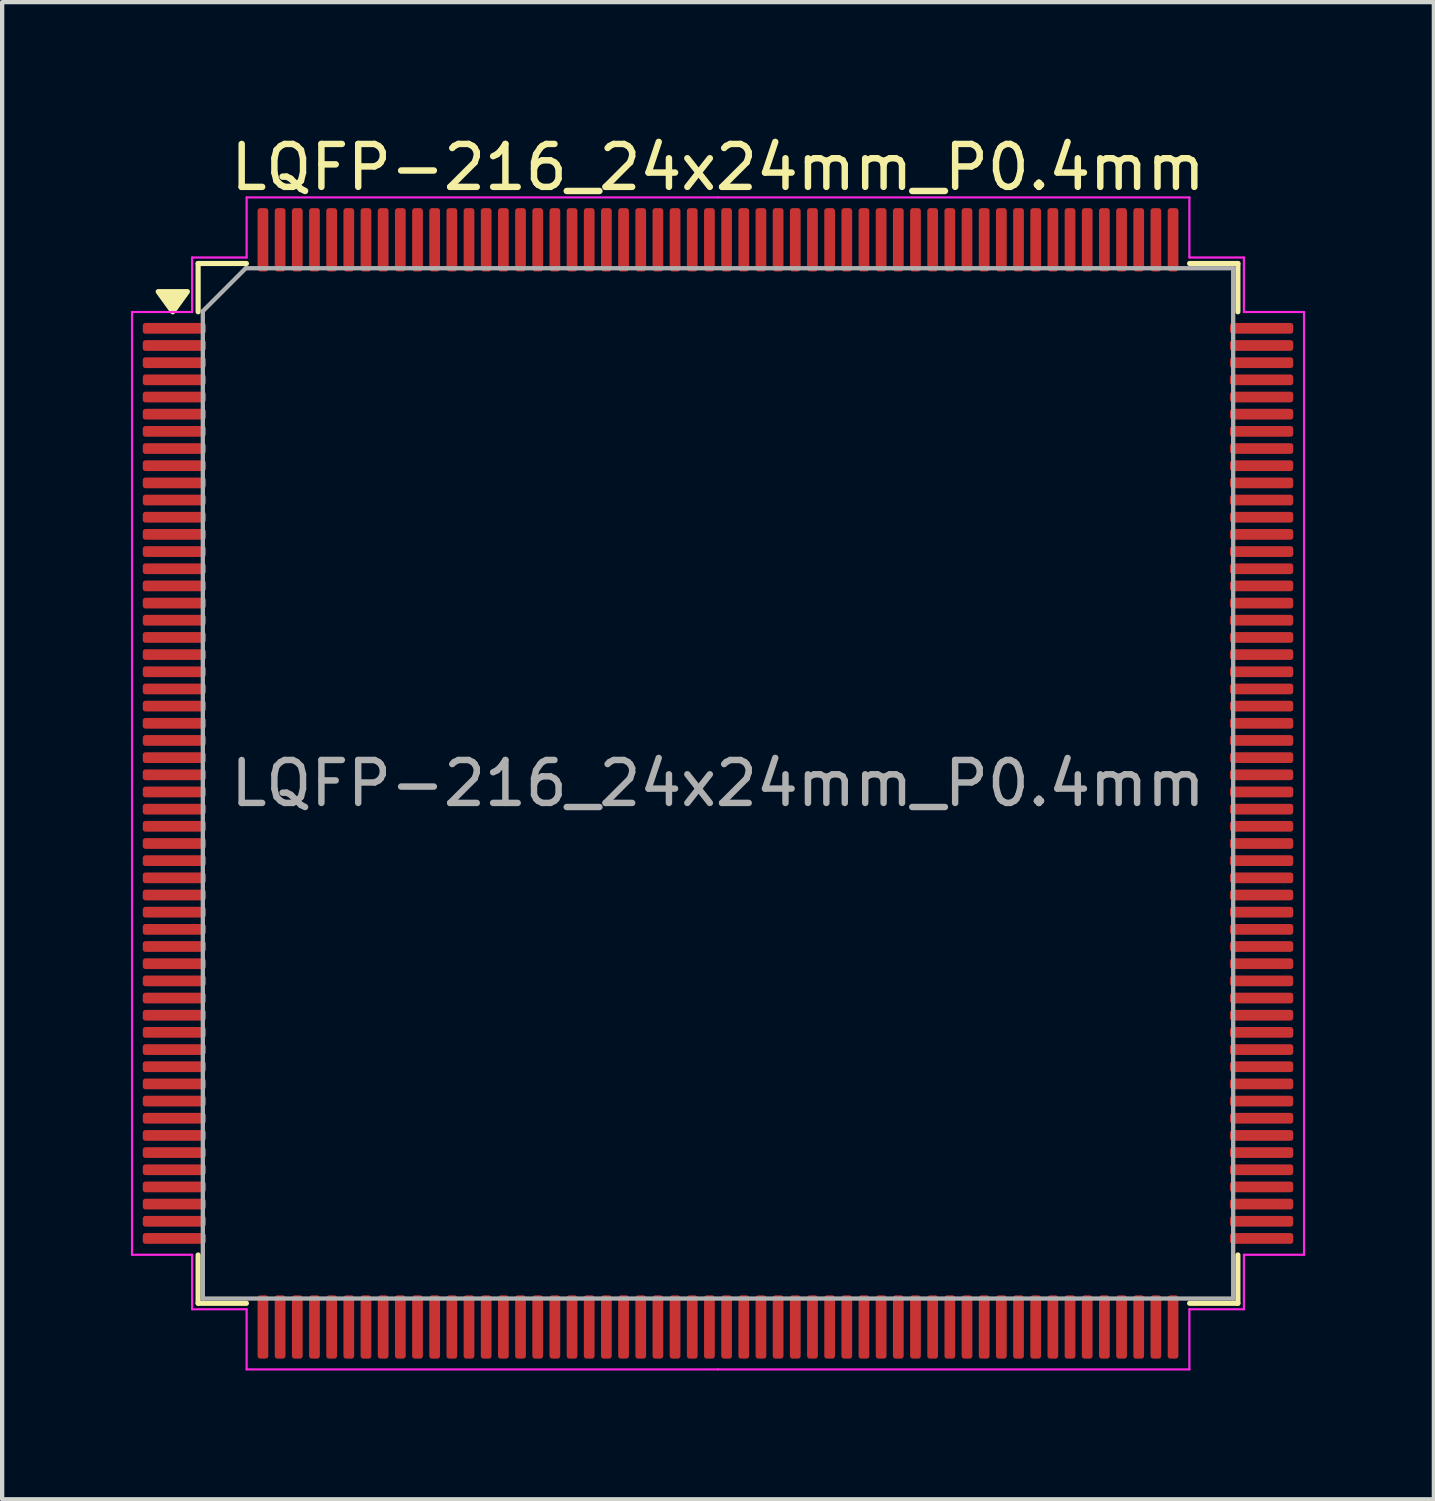
<source format=kicad_pcb>
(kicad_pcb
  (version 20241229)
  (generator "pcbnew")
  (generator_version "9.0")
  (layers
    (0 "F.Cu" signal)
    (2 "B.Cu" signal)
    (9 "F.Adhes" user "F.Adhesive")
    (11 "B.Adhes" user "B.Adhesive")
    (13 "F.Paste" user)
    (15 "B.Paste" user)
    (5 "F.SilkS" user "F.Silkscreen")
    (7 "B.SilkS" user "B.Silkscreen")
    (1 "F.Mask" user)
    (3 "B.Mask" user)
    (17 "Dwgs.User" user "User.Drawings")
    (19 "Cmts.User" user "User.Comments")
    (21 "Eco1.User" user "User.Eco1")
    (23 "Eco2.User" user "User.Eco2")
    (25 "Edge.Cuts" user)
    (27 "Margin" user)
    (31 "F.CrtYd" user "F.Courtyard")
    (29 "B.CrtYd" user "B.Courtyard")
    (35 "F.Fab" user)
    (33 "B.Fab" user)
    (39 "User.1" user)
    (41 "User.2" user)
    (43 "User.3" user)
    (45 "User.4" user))
  (footprint "LQFP-216_24x24mm_P0.4mm"
    (layer "F.Cu")
    (at 13.675 15.198)
    (property "Reference" "LQFP-216_24x24mm_P0.4mm" (at 0 -14.35 0) (layer "F.SilkS") (effects (font (size 1 1) (thickness 0.15))))
    (attr smd)
    (fp_line (start -12.11 -12.11) (end -12.11 -10.985) (stroke (width 0.12) (type solid)) (layer "F.SilkS"))
    (fp_line (start -12.11 12.11) (end -12.11 10.985) (stroke (width 0.12) (type solid)) (layer "F.SilkS"))
    (fp_line (start -10.985 -12.11) (end -12.11 -12.11) (stroke (width 0.12) (type solid)) (layer "F.SilkS"))
    (fp_line (start -10.985 12.11) (end -12.11 12.11) (stroke (width 0.12) (type solid)) (layer "F.SilkS"))
    (fp_line (start 10.985 -12.11) (end 12.11 -12.11) (stroke (width 0.12) (type solid)) (layer "F.SilkS"))
    (fp_line (start 10.985 12.11) (end 12.11 12.11) (stroke (width 0.12) (type solid)) (layer "F.SilkS"))
    (fp_line (start 12.11 -12.11) (end 12.11 -10.985) (stroke (width 0.12) (type solid)) (layer "F.SilkS"))
    (fp_line (start 12.11 12.11) (end 12.11 10.985) (stroke (width 0.12) (type solid)) (layer "F.SilkS"))
    (fp_poly (pts (xy -12.7 -10.985) (xy -13.04 -11.455) (xy -12.36 -11.455) (xy -12.7 -10.985)) (stroke (width 0.12) (type solid)) (fill yes) (layer "F.SilkS"))
    (fp_line (start -13.65 -10.98) (end -13.65 0) (stroke (width 0.05) (type solid)) (layer "F.CrtYd"))
    (fp_line (start -13.65 10.98) (end -13.65 0) (stroke (width 0.05) (type solid)) (layer "F.CrtYd"))
    (fp_line (start -12.25 -12.25) (end -12.25 -10.98) (stroke (width 0.05) (type solid)) (layer "F.CrtYd"))
    (fp_line (start -12.25 -10.98) (end -13.65 -10.98) (stroke (width 0.05) (type solid)) (layer "F.CrtYd"))
    (fp_line (start -12.25 10.98) (end -13.65 10.98) (stroke (width 0.05) (type solid)) (layer "F.CrtYd"))
    (fp_line (start -12.25 12.25) (end -12.25 10.98) (stroke (width 0.05) (type solid)) (layer "F.CrtYd"))
    (fp_line (start -10.98 -13.65) (end -10.98 -12.25) (stroke (width 0.05) (type solid)) (layer "F.CrtYd"))
    (fp_line (start -10.98 -12.25) (end -12.25 -12.25) (stroke (width 0.05) (type solid)) (layer "F.CrtYd"))
    (fp_line (start -10.98 12.25) (end -12.25 12.25) (stroke (width 0.05) (type solid)) (layer "F.CrtYd"))
    (fp_line (start -10.98 13.65) (end -10.98 12.25) (stroke (width 0.05) (type solid)) (layer "F.CrtYd"))
    (fp_line (start 0 -13.65) (end -10.98 -13.65) (stroke (width 0.05) (type solid)) (layer "F.CrtYd"))
    (fp_line (start 0 -13.65) (end 10.98 -13.65) (stroke (width 0.05) (type solid)) (layer "F.CrtYd"))
    (fp_line (start 0 13.65) (end -10.98 13.65) (stroke (width 0.05) (type solid)) (layer "F.CrtYd"))
    (fp_line (start 0 13.65) (end 10.98 13.65) (stroke (width 0.05) (type solid)) (layer "F.CrtYd"))
    (fp_line (start 10.98 -13.65) (end 10.98 -12.25) (stroke (width 0.05) (type solid)) (layer "F.CrtYd"))
    (fp_line (start 10.98 -12.25) (end 12.25 -12.25) (stroke (width 0.05) (type solid)) (layer "F.CrtYd"))
    (fp_line (start 10.98 12.25) (end 12.25 12.25) (stroke (width 0.05) (type solid)) (layer "F.CrtYd"))
    (fp_line (start 10.98 13.65) (end 10.98 12.25) (stroke (width 0.05) (type solid)) (layer "F.CrtYd"))
    (fp_line (start 12.25 -12.25) (end 12.25 -10.98) (stroke (width 0.05) (type solid)) (layer "F.CrtYd"))
    (fp_line (start 12.25 -10.98) (end 13.65 -10.98) (stroke (width 0.05) (type solid)) (layer "F.CrtYd"))
    (fp_line (start 12.25 10.98) (end 13.65 10.98) (stroke (width 0.05) (type solid)) (layer "F.CrtYd"))
    (fp_line (start 12.25 12.25) (end 12.25 10.98) (stroke (width 0.05) (type solid)) (layer "F.CrtYd"))
    (fp_line (start 13.65 -10.98) (end 13.65 0) (stroke (width 0.05) (type solid)) (layer "F.CrtYd"))
    (fp_line (start 13.65 10.98) (end 13.65 0) (stroke (width 0.05) (type solid)) (layer "F.CrtYd"))
    (fp_line (start -12 -11) (end -11 -12) (stroke (width 0.1) (type solid)) (layer "F.Fab"))
    (fp_line (start -12 12) (end -12 -11) (stroke (width 0.1) (type solid)) (layer "F.Fab"))
    (fp_line (start -11 -12) (end 12 -12) (stroke (width 0.1) (type solid)) (layer "F.Fab"))
    (fp_line (start 12 -12) (end 12 12) (stroke (width 0.1) (type solid)) (layer "F.Fab"))
    (fp_line (start 12 12) (end -12 12) (stroke (width 0.1) (type solid)) (layer "F.Fab"))
    (fp_text user "${REFERENCE}" (at 0 0 0) (layer "F.Fab") (effects (font (size 1 1) (thickness 0.15))))
    (pad "1" smd roundrect (at -12.662 -10.6) (size 1.475 0.25) (layers "F.Cu" "F.Mask" "F.Paste") (roundrect_rratio 0.25))
    (pad "2" smd roundrect (at -12.662 -10.2) (size 1.475 0.25) (layers "F.Cu" "F.Mask" "F.Paste") (roundrect_rratio 0.25))
    (pad "3" smd roundrect (at -12.662 -9.8) (size 1.475 0.25) (layers "F.Cu" "F.Mask" "F.Paste") (roundrect_rratio 0.25))
    (pad "4" smd roundrect (at -12.662 -9.4) (size 1.475 0.25) (layers "F.Cu" "F.Mask" "F.Paste") (roundrect_rratio 0.25))
    (pad "5" smd roundrect (at -12.662 -9) (size 1.475 0.25) (layers "F.Cu" "F.Mask" "F.Paste") (roundrect_rratio 0.25))
    (pad "6" smd roundrect (at -12.662 -8.6) (size 1.475 0.25) (layers "F.Cu" "F.Mask" "F.Paste") (roundrect_rratio 0.25))
    (pad "7" smd roundrect (at -12.662 -8.2) (size 1.475 0.25) (layers "F.Cu" "F.Mask" "F.Paste") (roundrect_rratio 0.25))
    (pad "8" smd roundrect (at -12.662 -7.8) (size 1.475 0.25) (layers "F.Cu" "F.Mask" "F.Paste") (roundrect_rratio 0.25))
    (pad "9" smd roundrect (at -12.662 -7.4) (size 1.475 0.25) (layers "F.Cu" "F.Mask" "F.Paste") (roundrect_rratio 0.25))
    (pad "10" smd roundrect (at -12.662 -7) (size 1.475 0.25) (layers "F.Cu" "F.Mask" "F.Paste") (roundrect_rratio 0.25))
    (pad "11" smd roundrect (at -12.662 -6.6) (size 1.475 0.25) (layers "F.Cu" "F.Mask" "F.Paste") (roundrect_rratio 0.25))
    (pad "12" smd roundrect (at -12.662 -6.2) (size 1.475 0.25) (layers "F.Cu" "F.Mask" "F.Paste") (roundrect_rratio 0.25))
    (pad "13" smd roundrect (at -12.662 -5.8) (size 1.475 0.25) (layers "F.Cu" "F.Mask" "F.Paste") (roundrect_rratio 0.25))
    (pad "14" smd roundrect (at -12.662 -5.4) (size 1.475 0.25) (layers "F.Cu" "F.Mask" "F.Paste") (roundrect_rratio 0.25))
    (pad "15" smd roundrect (at -12.662 -5) (size 1.475 0.25) (layers "F.Cu" "F.Mask" "F.Paste") (roundrect_rratio 0.25))
    (pad "16" smd roundrect (at -12.662 -4.6) (size 1.475 0.25) (layers "F.Cu" "F.Mask" "F.Paste") (roundrect_rratio 0.25))
    (pad "17" smd roundrect (at -12.662 -4.2) (size 1.475 0.25) (layers "F.Cu" "F.Mask" "F.Paste") (roundrect_rratio 0.25))
    (pad "18" smd roundrect (at -12.662 -3.8) (size 1.475 0.25) (layers "F.Cu" "F.Mask" "F.Paste") (roundrect_rratio 0.25))
    (pad "19" smd roundrect (at -12.662 -3.4) (size 1.475 0.25) (layers "F.Cu" "F.Mask" "F.Paste") (roundrect_rratio 0.25))
    (pad "20" smd roundrect (at -12.662 -3) (size 1.475 0.25) (layers "F.Cu" "F.Mask" "F.Paste") (roundrect_rratio 0.25))
    (pad "21" smd roundrect (at -12.662 -2.6) (size 1.475 0.25) (layers "F.Cu" "F.Mask" "F.Paste") (roundrect_rratio 0.25))
    (pad "22" smd roundrect (at -12.662 -2.2) (size 1.475 0.25) (layers "F.Cu" "F.Mask" "F.Paste") (roundrect_rratio 0.25))
    (pad "23" smd roundrect (at -12.662 -1.8) (size 1.475 0.25) (layers "F.Cu" "F.Mask" "F.Paste") (roundrect_rratio 0.25))
    (pad "24" smd roundrect (at -12.662 -1.4) (size 1.475 0.25) (layers "F.Cu" "F.Mask" "F.Paste") (roundrect_rratio 0.25))
    (pad "25" smd roundrect (at -12.662 -1) (size 1.475 0.25) (layers "F.Cu" "F.Mask" "F.Paste") (roundrect_rratio 0.25))
    (pad "26" smd roundrect (at -12.662 -0.6) (size 1.475 0.25) (layers "F.Cu" "F.Mask" "F.Paste") (roundrect_rratio 0.25))
    (pad "27" smd roundrect (at -12.662 -0.2) (size 1.475 0.25) (layers "F.Cu" "F.Mask" "F.Paste") (roundrect_rratio 0.25))
    (pad "28" smd roundrect (at -12.662 0.2) (size 1.475 0.25) (layers "F.Cu" "F.Mask" "F.Paste") (roundrect_rratio 0.25))
    (pad "29" smd roundrect (at -12.662 0.6) (size 1.475 0.25) (layers "F.Cu" "F.Mask" "F.Paste") (roundrect_rratio 0.25))
    (pad "30" smd roundrect (at -12.662 1) (size 1.475 0.25) (layers "F.Cu" "F.Mask" "F.Paste") (roundrect_rratio 0.25))
    (pad "31" smd roundrect (at -12.662 1.4) (size 1.475 0.25) (layers "F.Cu" "F.Mask" "F.Paste") (roundrect_rratio 0.25))
    (pad "32" smd roundrect (at -12.662 1.8) (size 1.475 0.25) (layers "F.Cu" "F.Mask" "F.Paste") (roundrect_rratio 0.25))
    (pad "33" smd roundrect (at -12.662 2.2) (size 1.475 0.25) (layers "F.Cu" "F.Mask" "F.Paste") (roundrect_rratio 0.25))
    (pad "34" smd roundrect (at -12.662 2.6) (size 1.475 0.25) (layers "F.Cu" "F.Mask" "F.Paste") (roundrect_rratio 0.25))
    (pad "35" smd roundrect (at -12.662 3) (size 1.475 0.25) (layers "F.Cu" "F.Mask" "F.Paste") (roundrect_rratio 0.25))
    (pad "36" smd roundrect (at -12.662 3.4) (size 1.475 0.25) (layers "F.Cu" "F.Mask" "F.Paste") (roundrect_rratio 0.25))
    (pad "37" smd roundrect (at -12.662 3.8) (size 1.475 0.25) (layers "F.Cu" "F.Mask" "F.Paste") (roundrect_rratio 0.25))
    (pad "38" smd roundrect (at -12.662 4.2) (size 1.475 0.25) (layers "F.Cu" "F.Mask" "F.Paste") (roundrect_rratio 0.25))
    (pad "39" smd roundrect (at -12.662 4.6) (size 1.475 0.25) (layers "F.Cu" "F.Mask" "F.Paste") (roundrect_rratio 0.25))
    (pad "40" smd roundrect (at -12.662 5) (size 1.475 0.25) (layers "F.Cu" "F.Mask" "F.Paste") (roundrect_rratio 0.25))
    (pad "41" smd roundrect (at -12.662 5.4) (size 1.475 0.25) (layers "F.Cu" "F.Mask" "F.Paste") (roundrect_rratio 0.25))
    (pad "42" smd roundrect (at -12.662 5.8) (size 1.475 0.25) (layers "F.Cu" "F.Mask" "F.Paste") (roundrect_rratio 0.25))
    (pad "43" smd roundrect (at -12.662 6.2) (size 1.475 0.25) (layers "F.Cu" "F.Mask" "F.Paste") (roundrect_rratio 0.25))
    (pad "44" smd roundrect (at -12.662 6.6) (size 1.475 0.25) (layers "F.Cu" "F.Mask" "F.Paste") (roundrect_rratio 0.25))
    (pad "45" smd roundrect (at -12.662 7) (size 1.475 0.25) (layers "F.Cu" "F.Mask" "F.Paste") (roundrect_rratio 0.25))
    (pad "46" smd roundrect (at -12.662 7.4) (size 1.475 0.25) (layers "F.Cu" "F.Mask" "F.Paste") (roundrect_rratio 0.25))
    (pad "47" smd roundrect (at -12.662 7.8) (size 1.475 0.25) (layers "F.Cu" "F.Mask" "F.Paste") (roundrect_rratio 0.25))
    (pad "48" smd roundrect (at -12.662 8.2) (size 1.475 0.25) (layers "F.Cu" "F.Mask" "F.Paste") (roundrect_rratio 0.25))
    (pad "49" smd roundrect (at -12.662 8.6) (size 1.475 0.25) (layers "F.Cu" "F.Mask" "F.Paste") (roundrect_rratio 0.25))
    (pad "50" smd roundrect (at -12.662 9) (size 1.475 0.25) (layers "F.Cu" "F.Mask" "F.Paste") (roundrect_rratio 0.25))
    (pad "51" smd roundrect (at -12.662 9.4) (size 1.475 0.25) (layers "F.Cu" "F.Mask" "F.Paste") (roundrect_rratio 0.25))
    (pad "52" smd roundrect (at -12.662 9.8) (size 1.475 0.25) (layers "F.Cu" "F.Mask" "F.Paste") (roundrect_rratio 0.25))
    (pad "53" smd roundrect (at -12.662 10.2) (size 1.475 0.25) (layers "F.Cu" "F.Mask" "F.Paste") (roundrect_rratio 0.25))
    (pad "54" smd roundrect (at -12.662 10.6) (size 1.475 0.25) (layers "F.Cu" "F.Mask" "F.Paste") (roundrect_rratio 0.25))
    (pad "55" smd roundrect (at -10.6 12.662) (size 0.25 1.475) (layers "F.Cu" "F.Mask" "F.Paste") (roundrect_rratio 0.25))
    (pad "56" smd roundrect (at -10.2 12.662) (size 0.25 1.475) (layers "F.Cu" "F.Mask" "F.Paste") (roundrect_rratio 0.25))
    (pad "57" smd roundrect (at -9.8 12.662) (size 0.25 1.475) (layers "F.Cu" "F.Mask" "F.Paste") (roundrect_rratio 0.25))
    (pad "58" smd roundrect (at -9.4 12.662) (size 0.25 1.475) (layers "F.Cu" "F.Mask" "F.Paste") (roundrect_rratio 0.25))
    (pad "59" smd roundrect (at -9 12.662) (size 0.25 1.475) (layers "F.Cu" "F.Mask" "F.Paste") (roundrect_rratio 0.25))
    (pad "60" smd roundrect (at -8.6 12.662) (size 0.25 1.475) (layers "F.Cu" "F.Mask" "F.Paste") (roundrect_rratio 0.25))
    (pad "61" smd roundrect (at -8.2 12.662) (size 0.25 1.475) (layers "F.Cu" "F.Mask" "F.Paste") (roundrect_rratio 0.25))
    (pad "62" smd roundrect (at -7.8 12.662) (size 0.25 1.475) (layers "F.Cu" "F.Mask" "F.Paste") (roundrect_rratio 0.25))
    (pad "63" smd roundrect (at -7.4 12.662) (size 0.25 1.475) (layers "F.Cu" "F.Mask" "F.Paste") (roundrect_rratio 0.25))
    (pad "64" smd roundrect (at -7 12.662) (size 0.25 1.475) (layers "F.Cu" "F.Mask" "F.Paste") (roundrect_rratio 0.25))
    (pad "65" smd roundrect (at -6.6 12.662) (size 0.25 1.475) (layers "F.Cu" "F.Mask" "F.Paste") (roundrect_rratio 0.25))
    (pad "66" smd roundrect (at -6.2 12.662) (size 0.25 1.475) (layers "F.Cu" "F.Mask" "F.Paste") (roundrect_rratio 0.25))
    (pad "67" smd roundrect (at -5.8 12.662) (size 0.25 1.475) (layers "F.Cu" "F.Mask" "F.Paste") (roundrect_rratio 0.25))
    (pad "68" smd roundrect (at -5.4 12.662) (size 0.25 1.475) (layers "F.Cu" "F.Mask" "F.Paste") (roundrect_rratio 0.25))
    (pad "69" smd roundrect (at -5 12.662) (size 0.25 1.475) (layers "F.Cu" "F.Mask" "F.Paste") (roundrect_rratio 0.25))
    (pad "70" smd roundrect (at -4.6 12.662) (size 0.25 1.475) (layers "F.Cu" "F.Mask" "F.Paste") (roundrect_rratio 0.25))
    (pad "71" smd roundrect (at -4.2 12.662) (size 0.25 1.475) (layers "F.Cu" "F.Mask" "F.Paste") (roundrect_rratio 0.25))
    (pad "72" smd roundrect (at -3.8 12.662) (size 0.25 1.475) (layers "F.Cu" "F.Mask" "F.Paste") (roundrect_rratio 0.25))
    (pad "73" smd roundrect (at -3.4 12.662) (size 0.25 1.475) (layers "F.Cu" "F.Mask" "F.Paste") (roundrect_rratio 0.25))
    (pad "74" smd roundrect (at -3 12.662) (size 0.25 1.475) (layers "F.Cu" "F.Mask" "F.Paste") (roundrect_rratio 0.25))
    (pad "75" smd roundrect (at -2.6 12.662) (size 0.25 1.475) (layers "F.Cu" "F.Mask" "F.Paste") (roundrect_rratio 0.25))
    (pad "76" smd roundrect (at -2.2 12.662) (size 0.25 1.475) (layers "F.Cu" "F.Mask" "F.Paste") (roundrect_rratio 0.25))
    (pad "77" smd roundrect (at -1.8 12.662) (size 0.25 1.475) (layers "F.Cu" "F.Mask" "F.Paste") (roundrect_rratio 0.25))
    (pad "78" smd roundrect (at -1.4 12.662) (size 0.25 1.475) (layers "F.Cu" "F.Mask" "F.Paste") (roundrect_rratio 0.25))
    (pad "79" smd roundrect (at -1 12.662) (size 0.25 1.475) (layers "F.Cu" "F.Mask" "F.Paste") (roundrect_rratio 0.25))
    (pad "80" smd roundrect (at -0.6 12.662) (size 0.25 1.475) (layers "F.Cu" "F.Mask" "F.Paste") (roundrect_rratio 0.25))
    (pad "81" smd roundrect (at -0.2 12.662) (size 0.25 1.475) (layers "F.Cu" "F.Mask" "F.Paste") (roundrect_rratio 0.25))
    (pad "82" smd roundrect (at 0.2 12.662) (size 0.25 1.475) (layers "F.Cu" "F.Mask" "F.Paste") (roundrect_rratio 0.25))
    (pad "83" smd roundrect (at 0.6 12.662) (size 0.25 1.475) (layers "F.Cu" "F.Mask" "F.Paste") (roundrect_rratio 0.25))
    (pad "84" smd roundrect (at 1 12.662) (size 0.25 1.475) (layers "F.Cu" "F.Mask" "F.Paste") (roundrect_rratio 0.25))
    (pad "85" smd roundrect (at 1.4 12.662) (size 0.25 1.475) (layers "F.Cu" "F.Mask" "F.Paste") (roundrect_rratio 0.25))
    (pad "86" smd roundrect (at 1.8 12.662) (size 0.25 1.475) (layers "F.Cu" "F.Mask" "F.Paste") (roundrect_rratio 0.25))
    (pad "87" smd roundrect (at 2.2 12.662) (size 0.25 1.475) (layers "F.Cu" "F.Mask" "F.Paste") (roundrect_rratio 0.25))
    (pad "88" smd roundrect (at 2.6 12.662) (size 0.25 1.475) (layers "F.Cu" "F.Mask" "F.Paste") (roundrect_rratio 0.25))
    (pad "89" smd roundrect (at 3 12.662) (size 0.25 1.475) (layers "F.Cu" "F.Mask" "F.Paste") (roundrect_rratio 0.25))
    (pad "90" smd roundrect (at 3.4 12.662) (size 0.25 1.475) (layers "F.Cu" "F.Mask" "F.Paste") (roundrect_rratio 0.25))
    (pad "91" smd roundrect (at 3.8 12.662) (size 0.25 1.475) (layers "F.Cu" "F.Mask" "F.Paste") (roundrect_rratio 0.25))
    (pad "92" smd roundrect (at 4.2 12.662) (size 0.25 1.475) (layers "F.Cu" "F.Mask" "F.Paste") (roundrect_rratio 0.25))
    (pad "93" smd roundrect (at 4.6 12.662) (size 0.25 1.475) (layers "F.Cu" "F.Mask" "F.Paste") (roundrect_rratio 0.25))
    (pad "94" smd roundrect (at 5 12.662) (size 0.25 1.475) (layers "F.Cu" "F.Mask" "F.Paste") (roundrect_rratio 0.25))
    (pad "95" smd roundrect (at 5.4 12.662) (size 0.25 1.475) (layers "F.Cu" "F.Mask" "F.Paste") (roundrect_rratio 0.25))
    (pad "96" smd roundrect (at 5.8 12.662) (size 0.25 1.475) (layers "F.Cu" "F.Mask" "F.Paste") (roundrect_rratio 0.25))
    (pad "97" smd roundrect (at 6.2 12.662) (size 0.25 1.475) (layers "F.Cu" "F.Mask" "F.Paste") (roundrect_rratio 0.25))
    (pad "98" smd roundrect (at 6.6 12.662) (size 0.25 1.475) (layers "F.Cu" "F.Mask" "F.Paste") (roundrect_rratio 0.25))
    (pad "99" smd roundrect (at 7 12.662) (size 0.25 1.475) (layers "F.Cu" "F.Mask" "F.Paste") (roundrect_rratio 0.25))
    (pad "100" smd roundrect (at 7.4 12.662) (size 0.25 1.475) (layers "F.Cu" "F.Mask" "F.Paste") (roundrect_rratio 0.25))
    (pad "101" smd roundrect (at 7.8 12.662) (size 0.25 1.475) (layers "F.Cu" "F.Mask" "F.Paste") (roundrect_rratio 0.25))
    (pad "102" smd roundrect (at 8.2 12.662) (size 0.25 1.475) (layers "F.Cu" "F.Mask" "F.Paste") (roundrect_rratio 0.25))
    (pad "103" smd roundrect (at 8.6 12.662) (size 0.25 1.475) (layers "F.Cu" "F.Mask" "F.Paste") (roundrect_rratio 0.25))
    (pad "104" smd roundrect (at 9 12.662) (size 0.25 1.475) (layers "F.Cu" "F.Mask" "F.Paste") (roundrect_rratio 0.25))
    (pad "105" smd roundrect (at 9.4 12.662) (size 0.25 1.475) (layers "F.Cu" "F.Mask" "F.Paste") (roundrect_rratio 0.25))
    (pad "106" smd roundrect (at 9.8 12.662) (size 0.25 1.475) (layers "F.Cu" "F.Mask" "F.Paste") (roundrect_rratio 0.25))
    (pad "107" smd roundrect (at 10.2 12.662) (size 0.25 1.475) (layers "F.Cu" "F.Mask" "F.Paste") (roundrect_rratio 0.25))
    (pad "108" smd roundrect (at 10.6 12.662) (size 0.25 1.475) (layers "F.Cu" "F.Mask" "F.Paste") (roundrect_rratio 0.25))
    (pad "109" smd roundrect (at 12.662 10.6) (size 1.475 0.25) (layers "F.Cu" "F.Mask" "F.Paste") (roundrect_rratio 0.25))
    (pad "110" smd roundrect (at 12.662 10.2) (size 1.475 0.25) (layers "F.Cu" "F.Mask" "F.Paste") (roundrect_rratio 0.25))
    (pad "111" smd roundrect (at 12.662 9.8) (size 1.475 0.25) (layers "F.Cu" "F.Mask" "F.Paste") (roundrect_rratio 0.25))
    (pad "112" smd roundrect (at 12.662 9.4) (size 1.475 0.25) (layers "F.Cu" "F.Mask" "F.Paste") (roundrect_rratio 0.25))
    (pad "113" smd roundrect (at 12.662 9) (size 1.475 0.25) (layers "F.Cu" "F.Mask" "F.Paste") (roundrect_rratio 0.25))
    (pad "114" smd roundrect (at 12.662 8.6) (size 1.475 0.25) (layers "F.Cu" "F.Mask" "F.Paste") (roundrect_rratio 0.25))
    (pad "115" smd roundrect (at 12.662 8.2) (size 1.475 0.25) (layers "F.Cu" "F.Mask" "F.Paste") (roundrect_rratio 0.25))
    (pad "116" smd roundrect (at 12.662 7.8) (size 1.475 0.25) (layers "F.Cu" "F.Mask" "F.Paste") (roundrect_rratio 0.25))
    (pad "117" smd roundrect (at 12.662 7.4) (size 1.475 0.25) (layers "F.Cu" "F.Mask" "F.Paste") (roundrect_rratio 0.25))
    (pad "118" smd roundrect (at 12.662 7) (size 1.475 0.25) (layers "F.Cu" "F.Mask" "F.Paste") (roundrect_rratio 0.25))
    (pad "119" smd roundrect (at 12.662 6.6) (size 1.475 0.25) (layers "F.Cu" "F.Mask" "F.Paste") (roundrect_rratio 0.25))
    (pad "120" smd roundrect (at 12.662 6.2) (size 1.475 0.25) (layers "F.Cu" "F.Mask" "F.Paste") (roundrect_rratio 0.25))
    (pad "121" smd roundrect (at 12.662 5.8) (size 1.475 0.25) (layers "F.Cu" "F.Mask" "F.Paste") (roundrect_rratio 0.25))
    (pad "122" smd roundrect (at 12.662 5.4) (size 1.475 0.25) (layers "F.Cu" "F.Mask" "F.Paste") (roundrect_rratio 0.25))
    (pad "123" smd roundrect (at 12.662 5) (size 1.475 0.25) (layers "F.Cu" "F.Mask" "F.Paste") (roundrect_rratio 0.25))
    (pad "124" smd roundrect (at 12.662 4.6) (size 1.475 0.25) (layers "F.Cu" "F.Mask" "F.Paste") (roundrect_rratio 0.25))
    (pad "125" smd roundrect (at 12.662 4.2) (size 1.475 0.25) (layers "F.Cu" "F.Mask" "F.Paste") (roundrect_rratio 0.25))
    (pad "126" smd roundrect (at 12.662 3.8) (size 1.475 0.25) (layers "F.Cu" "F.Mask" "F.Paste") (roundrect_rratio 0.25))
    (pad "127" smd roundrect (at 12.662 3.4) (size 1.475 0.25) (layers "F.Cu" "F.Mask" "F.Paste") (roundrect_rratio 0.25))
    (pad "128" smd roundrect (at 12.662 3) (size 1.475 0.25) (layers "F.Cu" "F.Mask" "F.Paste") (roundrect_rratio 0.25))
    (pad "129" smd roundrect (at 12.662 2.6) (size 1.475 0.25) (layers "F.Cu" "F.Mask" "F.Paste") (roundrect_rratio 0.25))
    (pad "130" smd roundrect (at 12.662 2.2) (size 1.475 0.25) (layers "F.Cu" "F.Mask" "F.Paste") (roundrect_rratio 0.25))
    (pad "131" smd roundrect (at 12.662 1.8) (size 1.475 0.25) (layers "F.Cu" "F.Mask" "F.Paste") (roundrect_rratio 0.25))
    (pad "132" smd roundrect (at 12.662 1.4) (size 1.475 0.25) (layers "F.Cu" "F.Mask" "F.Paste") (roundrect_rratio 0.25))
    (pad "133" smd roundrect (at 12.662 1) (size 1.475 0.25) (layers "F.Cu" "F.Mask" "F.Paste") (roundrect_rratio 0.25))
    (pad "134" smd roundrect (at 12.662 0.6) (size 1.475 0.25) (layers "F.Cu" "F.Mask" "F.Paste") (roundrect_rratio 0.25))
    (pad "135" smd roundrect (at 12.662 0.2) (size 1.475 0.25) (layers "F.Cu" "F.Mask" "F.Paste") (roundrect_rratio 0.25))
    (pad "136" smd roundrect (at 12.662 -0.2) (size 1.475 0.25) (layers "F.Cu" "F.Mask" "F.Paste") (roundrect_rratio 0.25))
    (pad "137" smd roundrect (at 12.662 -0.6) (size 1.475 0.25) (layers "F.Cu" "F.Mask" "F.Paste") (roundrect_rratio 0.25))
    (pad "138" smd roundrect (at 12.662 -1) (size 1.475 0.25) (layers "F.Cu" "F.Mask" "F.Paste") (roundrect_rratio 0.25))
    (pad "139" smd roundrect (at 12.662 -1.4) (size 1.475 0.25) (layers "F.Cu" "F.Mask" "F.Paste") (roundrect_rratio 0.25))
    (pad "140" smd roundrect (at 12.662 -1.8) (size 1.475 0.25) (layers "F.Cu" "F.Mask" "F.Paste") (roundrect_rratio 0.25))
    (pad "141" smd roundrect (at 12.662 -2.2) (size 1.475 0.25) (layers "F.Cu" "F.Mask" "F.Paste") (roundrect_rratio 0.25))
    (pad "142" smd roundrect (at 12.662 -2.6) (size 1.475 0.25) (layers "F.Cu" "F.Mask" "F.Paste") (roundrect_rratio 0.25))
    (pad "143" smd roundrect (at 12.662 -3) (size 1.475 0.25) (layers "F.Cu" "F.Mask" "F.Paste") (roundrect_rratio 0.25))
    (pad "144" smd roundrect (at 12.662 -3.4) (size 1.475 0.25) (layers "F.Cu" "F.Mask" "F.Paste") (roundrect_rratio 0.25))
    (pad "145" smd roundrect (at 12.662 -3.8) (size 1.475 0.25) (layers "F.Cu" "F.Mask" "F.Paste") (roundrect_rratio 0.25))
    (pad "146" smd roundrect (at 12.662 -4.2) (size 1.475 0.25) (layers "F.Cu" "F.Mask" "F.Paste") (roundrect_rratio 0.25))
    (pad "147" smd roundrect (at 12.662 -4.6) (size 1.475 0.25) (layers "F.Cu" "F.Mask" "F.Paste") (roundrect_rratio 0.25))
    (pad "148" smd roundrect (at 12.662 -5) (size 1.475 0.25) (layers "F.Cu" "F.Mask" "F.Paste") (roundrect_rratio 0.25))
    (pad "149" smd roundrect (at 12.662 -5.4) (size 1.475 0.25) (layers "F.Cu" "F.Mask" "F.Paste") (roundrect_rratio 0.25))
    (pad "150" smd roundrect (at 12.662 -5.8) (size 1.475 0.25) (layers "F.Cu" "F.Mask" "F.Paste") (roundrect_rratio 0.25))
    (pad "151" smd roundrect (at 12.662 -6.2) (size 1.475 0.25) (layers "F.Cu" "F.Mask" "F.Paste") (roundrect_rratio 0.25))
    (pad "152" smd roundrect (at 12.662 -6.6) (size 1.475 0.25) (layers "F.Cu" "F.Mask" "F.Paste") (roundrect_rratio 0.25))
    (pad "153" smd roundrect (at 12.662 -7) (size 1.475 0.25) (layers "F.Cu" "F.Mask" "F.Paste") (roundrect_rratio 0.25))
    (pad "154" smd roundrect (at 12.662 -7.4) (size 1.475 0.25) (layers "F.Cu" "F.Mask" "F.Paste") (roundrect_rratio 0.25))
    (pad "155" smd roundrect (at 12.662 -7.8) (size 1.475 0.25) (layers "F.Cu" "F.Mask" "F.Paste") (roundrect_rratio 0.25))
    (pad "156" smd roundrect (at 12.662 -8.2) (size 1.475 0.25) (layers "F.Cu" "F.Mask" "F.Paste") (roundrect_rratio 0.25))
    (pad "157" smd roundrect (at 12.662 -8.6) (size 1.475 0.25) (layers "F.Cu" "F.Mask" "F.Paste") (roundrect_rratio 0.25))
    (pad "158" smd roundrect (at 12.662 -9) (size 1.475 0.25) (layers "F.Cu" "F.Mask" "F.Paste") (roundrect_rratio 0.25))
    (pad "159" smd roundrect (at 12.662 -9.4) (size 1.475 0.25) (layers "F.Cu" "F.Mask" "F.Paste") (roundrect_rratio 0.25))
    (pad "160" smd roundrect (at 12.662 -9.8) (size 1.475 0.25) (layers "F.Cu" "F.Mask" "F.Paste") (roundrect_rratio 0.25))
    (pad "161" smd roundrect (at 12.662 -10.2) (size 1.475 0.25) (layers "F.Cu" "F.Mask" "F.Paste") (roundrect_rratio 0.25))
    (pad "162" smd roundrect (at 12.662 -10.6) (size 1.475 0.25) (layers "F.Cu" "F.Mask" "F.Paste") (roundrect_rratio 0.25))
    (pad "163" smd roundrect (at 10.6 -12.662) (size 0.25 1.475) (layers "F.Cu" "F.Mask" "F.Paste") (roundrect_rratio 0.25))
    (pad "164" smd roundrect (at 10.2 -12.662) (size 0.25 1.475) (layers "F.Cu" "F.Mask" "F.Paste") (roundrect_rratio 0.25))
    (pad "165" smd roundrect (at 9.8 -12.662) (size 0.25 1.475) (layers "F.Cu" "F.Mask" "F.Paste") (roundrect_rratio 0.25))
    (pad "166" smd roundrect (at 9.4 -12.662) (size 0.25 1.475) (layers "F.Cu" "F.Mask" "F.Paste") (roundrect_rratio 0.25))
    (pad "167" smd roundrect (at 9 -12.662) (size 0.25 1.475) (layers "F.Cu" "F.Mask" "F.Paste") (roundrect_rratio 0.25))
    (pad "168" smd roundrect (at 8.6 -12.662) (size 0.25 1.475) (layers "F.Cu" "F.Mask" "F.Paste") (roundrect_rratio 0.25))
    (pad "169" smd roundrect (at 8.2 -12.662) (size 0.25 1.475) (layers "F.Cu" "F.Mask" "F.Paste") (roundrect_rratio 0.25))
    (pad "170" smd roundrect (at 7.8 -12.662) (size 0.25 1.475) (layers "F.Cu" "F.Mask" "F.Paste") (roundrect_rratio 0.25))
    (pad "171" smd roundrect (at 7.4 -12.662) (size 0.25 1.475) (layers "F.Cu" "F.Mask" "F.Paste") (roundrect_rratio 0.25))
    (pad "172" smd roundrect (at 7 -12.662) (size 0.25 1.475) (layers "F.Cu" "F.Mask" "F.Paste") (roundrect_rratio 0.25))
    (pad "173" smd roundrect (at 6.6 -12.662) (size 0.25 1.475) (layers "F.Cu" "F.Mask" "F.Paste") (roundrect_rratio 0.25))
    (pad "174" smd roundrect (at 6.2 -12.662) (size 0.25 1.475) (layers "F.Cu" "F.Mask" "F.Paste") (roundrect_rratio 0.25))
    (pad "175" smd roundrect (at 5.8 -12.662) (size 0.25 1.475) (layers "F.Cu" "F.Mask" "F.Paste") (roundrect_rratio 0.25))
    (pad "176" smd roundrect (at 5.4 -12.662) (size 0.25 1.475) (layers "F.Cu" "F.Mask" "F.Paste") (roundrect_rratio 0.25))
    (pad "177" smd roundrect (at 5 -12.662) (size 0.25 1.475) (layers "F.Cu" "F.Mask" "F.Paste") (roundrect_rratio 0.25))
    (pad "178" smd roundrect (at 4.6 -12.662) (size 0.25 1.475) (layers "F.Cu" "F.Mask" "F.Paste") (roundrect_rratio 0.25))
    (pad "179" smd roundrect (at 4.2 -12.662) (size 0.25 1.475) (layers "F.Cu" "F.Mask" "F.Paste") (roundrect_rratio 0.25))
    (pad "180" smd roundrect (at 3.8 -12.662) (size 0.25 1.475) (layers "F.Cu" "F.Mask" "F.Paste") (roundrect_rratio 0.25))
    (pad "181" smd roundrect (at 3.4 -12.662) (size 0.25 1.475) (layers "F.Cu" "F.Mask" "F.Paste") (roundrect_rratio 0.25))
    (pad "182" smd roundrect (at 3 -12.662) (size 0.25 1.475) (layers "F.Cu" "F.Mask" "F.Paste") (roundrect_rratio 0.25))
    (pad "183" smd roundrect (at 2.6 -12.662) (size 0.25 1.475) (layers "F.Cu" "F.Mask" "F.Paste") (roundrect_rratio 0.25))
    (pad "184" smd roundrect (at 2.2 -12.662) (size 0.25 1.475) (layers "F.Cu" "F.Mask" "F.Paste") (roundrect_rratio 0.25))
    (pad "185" smd roundrect (at 1.8 -12.662) (size 0.25 1.475) (layers "F.Cu" "F.Mask" "F.Paste") (roundrect_rratio 0.25))
    (pad "186" smd roundrect (at 1.4 -12.662) (size 0.25 1.475) (layers "F.Cu" "F.Mask" "F.Paste") (roundrect_rratio 0.25))
    (pad "187" smd roundrect (at 1 -12.662) (size 0.25 1.475) (layers "F.Cu" "F.Mask" "F.Paste") (roundrect_rratio 0.25))
    (pad "188" smd roundrect (at 0.6 -12.662) (size 0.25 1.475) (layers "F.Cu" "F.Mask" "F.Paste") (roundrect_rratio 0.25))
    (pad "189" smd roundrect (at 0.2 -12.662) (size 0.25 1.475) (layers "F.Cu" "F.Mask" "F.Paste") (roundrect_rratio 0.25))
    (pad "190" smd roundrect (at -0.2 -12.662) (size 0.25 1.475) (layers "F.Cu" "F.Mask" "F.Paste") (roundrect_rratio 0.25))
    (pad "191" smd roundrect (at -0.6 -12.662) (size 0.25 1.475) (layers "F.Cu" "F.Mask" "F.Paste") (roundrect_rratio 0.25))
    (pad "192" smd roundrect (at -1 -12.662) (size 0.25 1.475) (layers "F.Cu" "F.Mask" "F.Paste") (roundrect_rratio 0.25))
    (pad "193" smd roundrect (at -1.4 -12.662) (size 0.25 1.475) (layers "F.Cu" "F.Mask" "F.Paste") (roundrect_rratio 0.25))
    (pad "194" smd roundrect (at -1.8 -12.662) (size 0.25 1.475) (layers "F.Cu" "F.Mask" "F.Paste") (roundrect_rratio 0.25))
    (pad "195" smd roundrect (at -2.2 -12.662) (size 0.25 1.475) (layers "F.Cu" "F.Mask" "F.Paste") (roundrect_rratio 0.25))
    (pad "196" smd roundrect (at -2.6 -12.662) (size 0.25 1.475) (layers "F.Cu" "F.Mask" "F.Paste") (roundrect_rratio 0.25))
    (pad "197" smd roundrect (at -3 -12.662) (size 0.25 1.475) (layers "F.Cu" "F.Mask" "F.Paste") (roundrect_rratio 0.25))
    (pad "198" smd roundrect (at -3.4 -12.662) (size 0.25 1.475) (layers "F.Cu" "F.Mask" "F.Paste") (roundrect_rratio 0.25))
    (pad "199" smd roundrect (at -3.8 -12.662) (size 0.25 1.475) (layers "F.Cu" "F.Mask" "F.Paste") (roundrect_rratio 0.25))
    (pad "200" smd roundrect (at -4.2 -12.662) (size 0.25 1.475) (layers "F.Cu" "F.Mask" "F.Paste") (roundrect_rratio 0.25))
    (pad "201" smd roundrect (at -4.6 -12.662) (size 0.25 1.475) (layers "F.Cu" "F.Mask" "F.Paste") (roundrect_rratio 0.25))
    (pad "202" smd roundrect (at -5 -12.662) (size 0.25 1.475) (layers "F.Cu" "F.Mask" "F.Paste") (roundrect_rratio 0.25))
    (pad "203" smd roundrect (at -5.4 -12.662) (size 0.25 1.475) (layers "F.Cu" "F.Mask" "F.Paste") (roundrect_rratio 0.25))
    (pad "204" smd roundrect (at -5.8 -12.662) (size 0.25 1.475) (layers "F.Cu" "F.Mask" "F.Paste") (roundrect_rratio 0.25))
    (pad "205" smd roundrect (at -6.2 -12.662) (size 0.25 1.475) (layers "F.Cu" "F.Mask" "F.Paste") (roundrect_rratio 0.25))
    (pad "206" smd roundrect (at -6.6 -12.662) (size 0.25 1.475) (layers "F.Cu" "F.Mask" "F.Paste") (roundrect_rratio 0.25))
    (pad "207" smd roundrect (at -7 -12.662) (size 0.25 1.475) (layers "F.Cu" "F.Mask" "F.Paste") (roundrect_rratio 0.25))
    (pad "208" smd roundrect (at -7.4 -12.662) (size 0.25 1.475) (layers "F.Cu" "F.Mask" "F.Paste") (roundrect_rratio 0.25))
    (pad "209" smd roundrect (at -7.8 -12.662) (size 0.25 1.475) (layers "F.Cu" "F.Mask" "F.Paste") (roundrect_rratio 0.25))
    (pad "210" smd roundrect (at -8.2 -12.662) (size 0.25 1.475) (layers "F.Cu" "F.Mask" "F.Paste") (roundrect_rratio 0.25))
    (pad "211" smd roundrect (at -8.6 -12.662) (size 0.25 1.475) (layers "F.Cu" "F.Mask" "F.Paste") (roundrect_rratio 0.25))
    (pad "212" smd roundrect (at -9 -12.662) (size 0.25 1.475) (layers "F.Cu" "F.Mask" "F.Paste") (roundrect_rratio 0.25))
    (pad "213" smd roundrect (at -9.4 -12.662) (size 0.25 1.475) (layers "F.Cu" "F.Mask" "F.Paste") (roundrect_rratio 0.25))
    (pad "214" smd roundrect (at -9.8 -12.662) (size 0.25 1.475) (layers "F.Cu" "F.Mask" "F.Paste") (roundrect_rratio 0.25))
    (pad "215" smd roundrect (at -10.2 -12.662) (size 0.25 1.475) (layers "F.Cu" "F.Mask" "F.Paste") (roundrect_rratio 0.25))
    (pad "216" smd roundrect (at -10.6 -12.662) (size 0.25 1.475) (layers "F.Cu" "F.Mask" "F.Paste") (roundrect_rratio 0.25)))
  (gr_rect
    (start -3 -3)
    (end 30.35 31.873)
    (stroke (width 0.1) (type default))
    (fill no)
    (layer "Edge.Cuts")))
</source>
